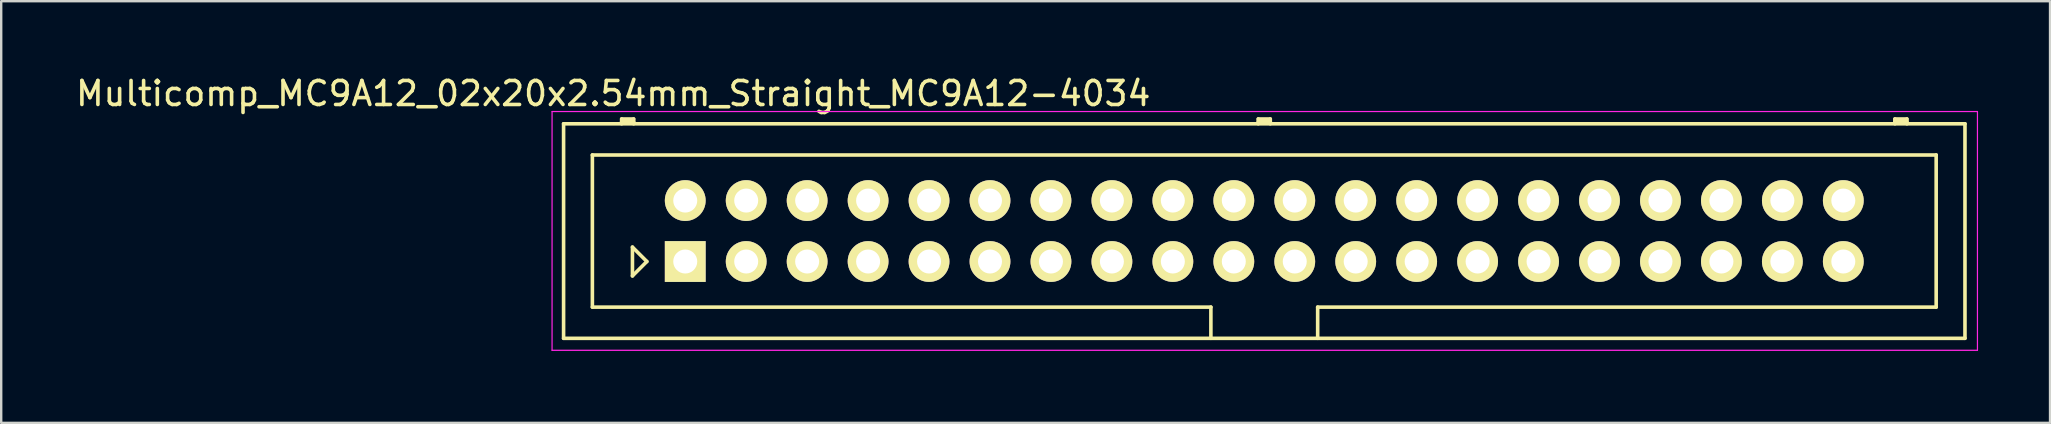
<source format=kicad_pcb>
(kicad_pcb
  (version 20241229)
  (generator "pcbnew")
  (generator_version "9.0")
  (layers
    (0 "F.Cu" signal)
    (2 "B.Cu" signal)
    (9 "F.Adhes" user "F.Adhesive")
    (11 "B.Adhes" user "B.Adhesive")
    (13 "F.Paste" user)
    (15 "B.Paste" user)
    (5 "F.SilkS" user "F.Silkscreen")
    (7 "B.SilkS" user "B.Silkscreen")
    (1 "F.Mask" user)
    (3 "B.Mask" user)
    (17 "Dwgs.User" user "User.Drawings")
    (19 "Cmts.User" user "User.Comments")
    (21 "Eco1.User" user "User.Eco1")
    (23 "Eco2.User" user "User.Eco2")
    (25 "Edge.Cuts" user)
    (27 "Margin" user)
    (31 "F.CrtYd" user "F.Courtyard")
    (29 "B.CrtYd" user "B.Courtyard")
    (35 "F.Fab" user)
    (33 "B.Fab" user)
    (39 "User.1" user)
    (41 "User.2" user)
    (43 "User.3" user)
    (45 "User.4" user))
  (footprint "Multicomp_MC9A12_02x20x2.54mm_Straight_MC9A12-4034"
    (layer "F.Cu")
    (at 25.506 7.848)
    (property "Reference" "Multicomp_MC9A12_02x20x2.54mm_Straight_MC9A12-4034" (at -3 -7 0) (layer "F.SilkS") (effects (font (size 1 1) (thickness 0.15))))
    (attr through_hole)
    (fp_line (start -5.07 -5.74) (end 53.33 -5.74) (stroke (width 0.15) (type solid)) (layer "F.SilkS"))
    (fp_line (start -5.07 3.2) (end -5.07 -5.74) (stroke (width 0.15) (type solid)) (layer "F.SilkS"))
    (fp_line (start -3.87 -4.44) (end 52.13 -4.44) (stroke (width 0.15) (type solid)) (layer "F.SilkS"))
    (fp_line (start -3.87 1.9) (end -3.87 -4.44) (stroke (width 0.15) (type solid)) (layer "F.SilkS"))
    (fp_line (start -2.65 -5.94) (end -2.15 -5.94) (stroke (width 0.15) (type solid)) (layer "F.SilkS"))
    (fp_line (start -2.65 -5.84) (end -2.15 -5.84) (stroke (width 0.15) (type solid)) (layer "F.SilkS"))
    (fp_line (start -2.65 -5.74) (end -2.65 -5.94) (stroke (width 0.15) (type solid)) (layer "F.SilkS"))
    (fp_line (start -2.2 -0.6) (end -1.6 0) (stroke (width 0.15) (type solid)) (layer "F.SilkS"))
    (fp_line (start -2.2 0.6) (end -2.2 -0.6) (stroke (width 0.15) (type solid)) (layer "F.SilkS"))
    (fp_line (start -2.15 -5.94) (end -2.15 -5.74) (stroke (width 0.15) (type solid)) (layer "F.SilkS"))
    (fp_line (start -1.6 0) (end -2.2 0.6) (stroke (width 0.15) (type solid)) (layer "F.SilkS"))
    (fp_line (start 21.905 1.9) (end -3.87 1.9) (stroke (width 0.15) (type solid)) (layer "F.SilkS"))
    (fp_line (start 21.905 3.2) (end 21.905 1.9) (stroke (width 0.15) (type solid)) (layer "F.SilkS"))
    (fp_line (start 23.88 -5.94) (end 24.38 -5.94) (stroke (width 0.15) (type solid)) (layer "F.SilkS"))
    (fp_line (start 23.88 -5.84) (end 24.38 -5.84) (stroke (width 0.15) (type solid)) (layer "F.SilkS"))
    (fp_line (start 23.88 -5.74) (end 23.88 -5.94) (stroke (width 0.15) (type solid)) (layer "F.SilkS"))
    (fp_line (start 24.38 -5.94) (end 24.38 -5.74) (stroke (width 0.15) (type solid)) (layer "F.SilkS"))
    (fp_line (start 26.355 1.9) (end 26.355 3.2) (stroke (width 0.15) (type solid)) (layer "F.SilkS"))
    (fp_line (start 50.41 -5.94) (end 50.91 -5.94) (stroke (width 0.15) (type solid)) (layer "F.SilkS"))
    (fp_line (start 50.41 -5.84) (end 50.91 -5.84) (stroke (width 0.15) (type solid)) (layer "F.SilkS"))
    (fp_line (start 50.41 -5.74) (end 50.41 -5.94) (stroke (width 0.15) (type solid)) (layer "F.SilkS"))
    (fp_line (start 50.91 -5.94) (end 50.91 -5.74) (stroke (width 0.15) (type solid)) (layer "F.SilkS"))
    (fp_line (start 52.13 -4.44) (end 52.13 1.9) (stroke (width 0.15) (type solid)) (layer "F.SilkS"))
    (fp_line (start 52.13 1.9) (end 26.355 1.9) (stroke (width 0.15) (type solid)) (layer "F.SilkS"))
    (fp_line (start 53.33 -5.74) (end 53.33 3.2) (stroke (width 0.15) (type solid)) (layer "F.SilkS"))
    (fp_line (start 53.33 3.2) (end -5.07 3.2) (stroke (width 0.15) (type solid)) (layer "F.SilkS"))
    (fp_line (start -5.55 -6.25) (end 53.85 -6.25) (stroke (width 0.05) (type solid)) (layer "F.CrtYd"))
    (fp_line (start -5.55 3.7) (end -5.55 -6.25) (stroke (width 0.05) (type solid)) (layer "F.CrtYd"))
    (fp_line (start 53.85 -6.25) (end 53.85 3.7) (stroke (width 0.05) (type solid)) (layer "F.CrtYd"))
    (fp_line (start 53.85 3.7) (end -5.55 3.7) (stroke (width 0.05) (type solid)) (layer "F.CrtYd"))
    (pad "1" thru_hole rect (at 0 0) (size 1.7 1.7) (drill 1) (layers "*.Cu" "*.Mask" "F.SilkS"))
    (pad "2" thru_hole circle (at 0 -2.54) (size 1.7 1.7) (drill 1) (layers "*.Cu" "*.Mask" "F.SilkS"))
    (pad "3" thru_hole circle (at 2.54 0) (size 1.7 1.7) (drill 1) (layers "*.Cu" "*.Mask" "F.SilkS"))
    (pad "4" thru_hole circle (at 2.54 -2.54) (size 1.7 1.7) (drill 1) (layers "*.Cu" "*.Mask" "F.SilkS"))
    (pad "5" thru_hole circle (at 5.08 0) (size 1.7 1.7) (drill 1) (layers "*.Cu" "*.Mask" "F.SilkS"))
    (pad "6" thru_hole circle (at 5.08 -2.54) (size 1.7 1.7) (drill 1) (layers "*.Cu" "*.Mask" "F.SilkS"))
    (pad "7" thru_hole circle (at 7.62 0) (size 1.7 1.7) (drill 1) (layers "*.Cu" "*.Mask" "F.SilkS"))
    (pad "8" thru_hole circle (at 7.62 -2.54) (size 1.7 1.7) (drill 1) (layers "*.Cu" "*.Mask" "F.SilkS"))
    (pad "9" thru_hole circle (at 10.16 0) (size 1.7 1.7) (drill 1) (layers "*.Cu" "*.Mask" "F.SilkS"))
    (pad "10" thru_hole circle (at 10.16 -2.54) (size 1.7 1.7) (drill 1) (layers "*.Cu" "*.Mask" "F.SilkS"))
    (pad "11" thru_hole circle (at 12.7 0) (size 1.7 1.7) (drill 1) (layers "*.Cu" "*.Mask" "F.SilkS"))
    (pad "12" thru_hole circle (at 12.7 -2.54) (size 1.7 1.7) (drill 1) (layers "*.Cu" "*.Mask" "F.SilkS"))
    (pad "13" thru_hole circle (at 15.24 0) (size 1.7 1.7) (drill 1) (layers "*.Cu" "*.Mask" "F.SilkS"))
    (pad "14" thru_hole circle (at 15.24 -2.54) (size 1.7 1.7) (drill 1) (layers "*.Cu" "*.Mask" "F.SilkS"))
    (pad "15" thru_hole circle (at 17.78 0) (size 1.7 1.7) (drill 1) (layers "*.Cu" "*.Mask" "F.SilkS"))
    (pad "16" thru_hole circle (at 17.78 -2.54) (size 1.7 1.7) (drill 1) (layers "*.Cu" "*.Mask" "F.SilkS"))
    (pad "17" thru_hole circle (at 20.32 0) (size 1.7 1.7) (drill 1) (layers "*.Cu" "*.Mask" "F.SilkS"))
    (pad "18" thru_hole circle (at 20.32 -2.54) (size 1.7 1.7) (drill 1) (layers "*.Cu" "*.Mask" "F.SilkS"))
    (pad "19" thru_hole circle (at 22.86 0) (size 1.7 1.7) (drill 1) (layers "*.Cu" "*.Mask" "F.SilkS"))
    (pad "20" thru_hole circle (at 22.86 -2.54) (size 1.7 1.7) (drill 1) (layers "*.Cu" "*.Mask" "F.SilkS"))
    (pad "21" thru_hole circle (at 25.4 0) (size 1.7 1.7) (drill 1) (layers "*.Cu" "*.Mask" "F.SilkS"))
    (pad "22" thru_hole circle (at 25.4 -2.54) (size 1.7 1.7) (drill 1) (layers "*.Cu" "*.Mask" "F.SilkS"))
    (pad "23" thru_hole circle (at 27.94 0) (size 1.7 1.7) (drill 1) (layers "*.Cu" "*.Mask" "F.SilkS"))
    (pad "24" thru_hole circle (at 27.94 -2.54) (size 1.7 1.7) (drill 1) (layers "*.Cu" "*.Mask" "F.SilkS"))
    (pad "25" thru_hole circle (at 30.48 0) (size 1.7 1.7) (drill 1) (layers "*.Cu" "*.Mask" "F.SilkS"))
    (pad "26" thru_hole circle (at 30.48 -2.54) (size 1.7 1.7) (drill 1) (layers "*.Cu" "*.Mask" "F.SilkS"))
    (pad "27" thru_hole circle (at 33.02 0) (size 1.7 1.7) (drill 1) (layers "*.Cu" "*.Mask" "F.SilkS"))
    (pad "28" thru_hole circle (at 33.02 -2.54) (size 1.7 1.7) (drill 1) (layers "*.Cu" "*.Mask" "F.SilkS"))
    (pad "29" thru_hole circle (at 35.56 0) (size 1.7 1.7) (drill 1) (layers "*.Cu" "*.Mask" "F.SilkS"))
    (pad "30" thru_hole circle (at 35.56 -2.54) (size 1.7 1.7) (drill 1) (layers "*.Cu" "*.Mask" "F.SilkS"))
    (pad "31" thru_hole circle (at 38.1 0) (size 1.7 1.7) (drill 1) (layers "*.Cu" "*.Mask" "F.SilkS"))
    (pad "32" thru_hole circle (at 38.1 -2.54) (size 1.7 1.7) (drill 1) (layers "*.Cu" "*.Mask" "F.SilkS"))
    (pad "33" thru_hole circle (at 40.64 0) (size 1.7 1.7) (drill 1) (layers "*.Cu" "*.Mask" "F.SilkS"))
    (pad "34" thru_hole circle (at 40.64 -2.54) (size 1.7 1.7) (drill 1) (layers "*.Cu" "*.Mask" "F.SilkS"))
    (pad "35" thru_hole circle (at 43.18 0) (size 1.7 1.7) (drill 1) (layers "*.Cu" "*.Mask" "F.SilkS"))
    (pad "36" thru_hole circle (at 43.18 -2.54) (size 1.7 1.7) (drill 1) (layers "*.Cu" "*.Mask" "F.SilkS"))
    (pad "37" thru_hole circle (at 45.72 0) (size 1.7 1.7) (drill 1) (layers "*.Cu" "*.Mask" "F.SilkS"))
    (pad "38" thru_hole circle (at 45.72 -2.54) (size 1.7 1.7) (drill 1) (layers "*.Cu" "*.Mask" "F.SilkS"))
    (pad "39" thru_hole circle (at 48.26 0) (size 1.7 1.7) (drill 1) (layers "*.Cu" "*.Mask" "F.SilkS"))
    (pad "40" thru_hole circle (at 48.26 -2.54) (size 1.7 1.7) (drill 1) (layers "*.Cu" "*.Mask" "F.SilkS")))
  (gr_rect
    (start -3 -3)
    (end 82.381 14.573)
    (stroke (width 0.1) (type default))
    (fill no)
    (layer "Edge.Cuts")))
</source>
